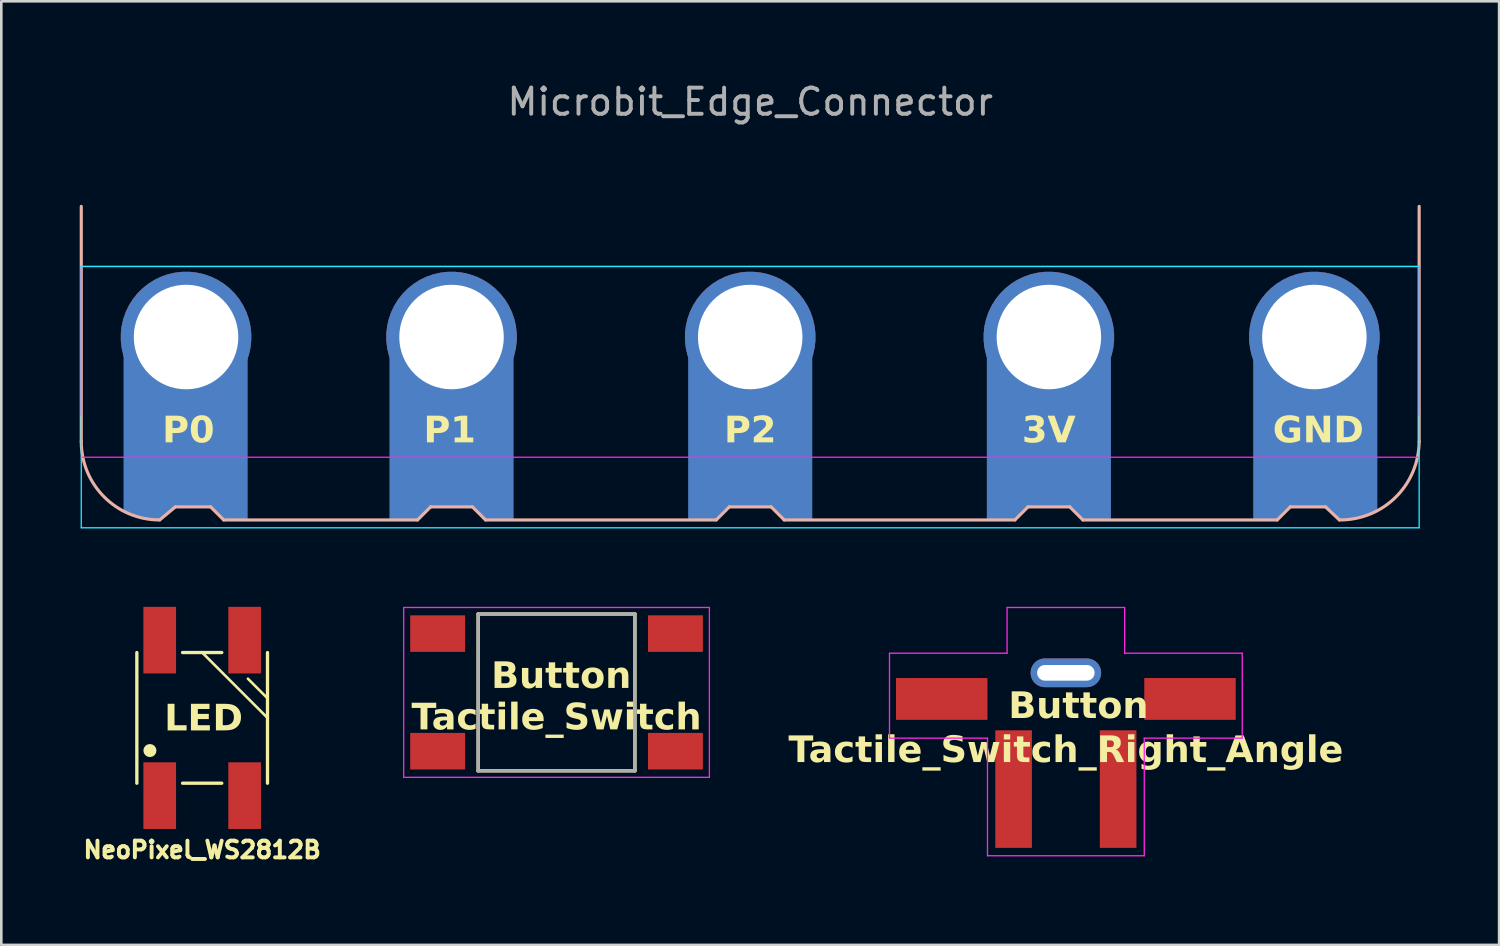
<source format=kicad_pcb>
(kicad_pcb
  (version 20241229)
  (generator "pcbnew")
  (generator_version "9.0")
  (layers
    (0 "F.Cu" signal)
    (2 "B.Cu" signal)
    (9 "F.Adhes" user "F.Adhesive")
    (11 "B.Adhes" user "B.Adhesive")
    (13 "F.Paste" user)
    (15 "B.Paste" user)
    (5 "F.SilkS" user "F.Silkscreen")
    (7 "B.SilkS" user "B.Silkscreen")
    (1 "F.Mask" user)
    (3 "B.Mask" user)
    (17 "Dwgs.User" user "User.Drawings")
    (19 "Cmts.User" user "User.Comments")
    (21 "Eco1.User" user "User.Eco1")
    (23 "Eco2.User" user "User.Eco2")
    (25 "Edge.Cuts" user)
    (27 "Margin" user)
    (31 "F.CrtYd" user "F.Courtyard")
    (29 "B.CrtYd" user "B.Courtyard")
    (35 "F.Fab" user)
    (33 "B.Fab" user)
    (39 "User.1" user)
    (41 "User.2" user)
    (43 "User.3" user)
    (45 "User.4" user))
  (footprint "Tactile_Switch"
    (layer "F.Cu")
    (at 18.248 23.448)
    (property "Reference" "Tactile_Switch" (at 0 1 0) (layer "F.SilkS") (effects (font (face "Arial Black") (size 1 1) (thickness 0.15))))
    (attr smd)
    (fp_line (start -3 -3) (end -3 3) (stroke (width 0.127) (type solid)) (layer "F.SilkS"))
    (fp_line (start -3 3) (end 3 3) (stroke (width 0.127) (type solid)) (layer "F.SilkS"))
    (fp_line (start 3 -3) (end -3 -3) (stroke (width 0.127) (type solid)) (layer "F.SilkS"))
    (fp_line (start 3 3) (end 3 -3) (stroke (width 0.127) (type solid)) (layer "F.SilkS"))
    (fp_line (start -5.85 -3.25) (end -5.85 3.25) (stroke (width 0.05) (type solid)) (layer "F.CrtYd"))
    (fp_line (start -5.85 3.25) (end 5.85 3.25) (stroke (width 0.05) (type solid)) (layer "F.CrtYd"))
    (fp_line (start 5.85 -3.25) (end -5.85 -3.25) (stroke (width 0.05) (type solid)) (layer "F.CrtYd"))
    (fp_line (start 5.85 3.25) (end 5.85 -3.25) (stroke (width 0.05) (type solid)) (layer "F.CrtYd"))
    (fp_line (start -3 -3) (end -3 3) (stroke (width 0.127) (type solid)) (layer "F.Fab"))
    (fp_line (start -3 3) (end 3 3) (stroke (width 0.127) (type solid)) (layer "F.Fab"))
    (fp_line (start 3 -3) (end -3 -3) (stroke (width 0.127) (type solid)) (layer "F.Fab"))
    (fp_line (start 3 3) (end 3 -3) (stroke (width 0.127) (type solid)) (layer "F.Fab"))
    (fp_text user "Button" (at -2.5 0 0) (unlocked yes) (layer "F.SilkS") (effects (font (face "Arial Black") (size 1 1) (thickness 0.1)) (justify left bottom)))
    (pad "1" smd rect (at -4.55 -2.25) (size 2.1 1.4) (layers "F.Cu" "F.Mask"))
    (pad "2" smd rect (at -4.55 2.25) (size 2.1 1.4) (layers "F.Cu" "F.Mask"))
    (pad "3" smd rect (at 4.55 -2.25) (size 2.1 1.4) (layers "F.Cu" "F.Mask"))
    (pad "4" smd rect (at 4.55 2.25) (size 2.1 1.4) (layers "F.Cu" "F.Mask")))
  (footprint "Microbit_Edge_Connector"
    (layer "F.Cu")
    (at 25.66 9.848)
    (property "Reference" "Microbit_Edge_Connector" (at 0 -9 0) (unlocked yes) (layer "F.Fab") (effects (font (size 1 1) (thickness 0.15))))
    (fp_poly (pts (xy -13.805 0) (xy -13.805 7) (xy -12.73 7) (xy -12.23 6.5) (xy -10.63 6.5) (xy -10.13 7) (xy -9.055 7) (xy -9.055 0)) (stroke (width 0) (type solid)) (fill yes) (layer "B.Cu"))
    (fp_poly (pts (xy -2.375 0) (xy -2.375 7) (xy -1.3 7) (xy -0.8 6.5) (xy 0.8 6.5) (xy 1.3 7) (xy 2.375 7) (xy 2.375 0)) (stroke (width 0) (type solid)) (fill yes) (layer "B.Cu"))
    (fp_poly (pts (xy 9.055 0) (xy 9.055 7) (xy 10.13 7) (xy 10.63 6.5) (xy 12.23 6.5) (xy 12.73 7) (xy 13.805 7) (xy 13.805 0)) (stroke (width 0) (type solid)) (fill yes) (layer "B.Cu"))
    (fp_poly (pts (xy -20.15 7) (xy -19.232 7) (xy -19.232 0) (xy -23.982 0) (arc (start -23.981976 6.636264) (mid -23.28021 6.909853) (end -22.528678 6.999998)) (xy -22 6.5) (xy -20.65 6.5)) (stroke (width 0) (type solid)) (fill yes) (layer "B.Cu"))
    (fp_poly (pts (xy 20.168 7) (xy 19.25 7) (xy 19.25 0) (xy 24 0) (arc (start 24 6.636264) (mid 23.298234 6.909853) (end 22.546702 6.999998)) (xy 22.018 6.5) (xy 20.668 6.5)) (stroke (width 0) (type solid)) (fill yes) (layer "B.Cu"))
    (fp_poly (pts (xy -22 6.5) (xy -20.65 6.5) (xy -20.15 7) (xy -12.73 7) (xy -12.23 6.5) (xy -10.63 6.5) (xy -10.13 7) (xy -1.3 7) (xy -0.8 6.5) (xy 0.8 6.5) (xy 1.3 7) (xy 10.13 7) (xy 10.63 6.5) (xy 12.23 6.5) (xy 12.73 7) (xy 20.168 7) (xy 20.668 6.5) (xy 22.018 6.5) (xy 22.547 7) (xy 22.719 6.999) (xy 23.061 6.964) (xy 23.397 6.89) (xy 23.723 6.778) (xy 24.033 6.63) (xy 24.325 6.447) (xy 24.594 6.233) (xy 24.837 5.99) (xy 25.051 5.72) (xy 25.233 5.428) (xy 25.38 5.117) (xy 25.492 4.791) (xy 25.565 4.455) (xy 25.6 4.113) (xy 25.6 3.94) (xy 25.6 -5) (xy -25.55 -5) (xy -25.6 4) (xy -25.598 4.168) (xy -25.56 4.503) (xy -25.485 4.831) (xy -25.374 5.149) (xy -25.228 5.452) (xy -25.049 5.737) (xy -24.839 6.001) (xy -24.601 6.239) (xy -24.337 6.449) (xy -24.052 6.628) (xy -23.749 6.774) (xy -23.431 6.885) (xy -23.103 6.96) (xy -22.768 6.998) (xy -22.6 7) (xy -22 6.5)) (stroke (width 0) (type solid)) (fill yes) (layer "B.Mask"))
    (fp_line (start -25.6 4) (end -25.6 -5) (stroke (width 0.12) (type solid)) (layer "B.SilkS"))
    (fp_line (start -22.6 7) (end -22 6.5) (stroke (width 0.12) (type default)) (layer "B.SilkS"))
    (fp_line (start -20.65 6.5) (end -22 6.5) (stroke (width 0.12) (type default)) (layer "B.SilkS"))
    (fp_line (start -20.15 7) (end -20.65 6.5) (stroke (width 0.12) (type default)) (layer "B.SilkS"))
    (fp_line (start -12.73 7) (end -20.15 7) (stroke (width 0.12) (type default)) (layer "B.SilkS"))
    (fp_line (start -12.23 6.5) (end -12.73 7) (stroke (width 0.12) (type default)) (layer "B.SilkS"))
    (fp_line (start -10.63 6.5) (end -12.23 6.5) (stroke (width 0.12) (type default)) (layer "B.SilkS"))
    (fp_line (start -10.13 7) (end -10.63 6.5) (stroke (width 0.12) (type default)) (layer "B.SilkS"))
    (fp_line (start -1.3 7) (end -10.13 7) (stroke (width 0.12) (type default)) (layer "B.SilkS"))
    (fp_line (start -0.8 6.5) (end -1.3 7) (stroke (width 0.12) (type default)) (layer "B.SilkS"))
    (fp_line (start 0.8 6.5) (end -0.8 6.5) (stroke (width 0.12) (type default)) (layer "B.SilkS"))
    (fp_line (start 1.3 7) (end 0.8 6.5) (stroke (width 0.12) (type default)) (layer "B.SilkS"))
    (fp_line (start 10.13 7) (end 1.3 7) (stroke (width 0.12) (type default)) (layer "B.SilkS"))
    (fp_line (start 10.63 6.5) (end 10.13 7) (stroke (width 0.12) (type default)) (layer "B.SilkS"))
    (fp_line (start 12.23 6.5) (end 10.63 6.5) (stroke (width 0.12) (type default)) (layer "B.SilkS"))
    (fp_line (start 12.73 7) (end 12.23 6.5) (stroke (width 0.12) (type default)) (layer "B.SilkS"))
    (fp_line (start 20.168 7) (end 12.73 7) (stroke (width 0.12) (type default)) (layer "B.SilkS"))
    (fp_line (start 20.668 6.5) (end 20.168 7) (stroke (width 0.12) (type default)) (layer "B.SilkS"))
    (fp_line (start 22.018 6.5) (end 20.668 6.5) (stroke (width 0.12) (type default)) (layer "B.SilkS"))
    (fp_line (start 22.547 7) (end 22.018 6.5) (stroke (width 0.12) (type default)) (layer "B.SilkS"))
    (fp_line (start 25.6 4) (end 25.6 -5) (stroke (width 0.12) (type solid)) (layer "B.SilkS"))
    (fp_arc (start -22.6 7) (mid -24.72132 6.12132) (end -25.6 4) (stroke (width 0.12) (type solid)) (layer "B.SilkS"))
    (fp_arc (start 25.600166 4.000001) (mid 24.696296 6.133963) (end 22.546702 6.999998) (stroke (width 0.12) (type solid)) (layer "B.SilkS"))
    (fp_line (start -25.6 -2.7) (end -25.6 7.3) (stroke (width 0.05) (type default)) (layer "B.CrtYd"))
    (fp_line (start 25.6 -2.7) (end -25.6 -2.7) (stroke (width 0.05) (type default)) (layer "B.CrtYd"))
    (fp_line (start 25.6 -2.7) (end 25.6 7.3) (stroke (width 0.05) (type default)) (layer "B.CrtYd"))
    (fp_line (start 25.6 7.3) (end -25.6 7.3) (stroke (width 0.05) (type default)) (layer "B.CrtYd"))
    (fp_line (start -25.6 -2.7) (end -25.6 3) (stroke (width 0.05) (type default)) (layer "F.CrtYd"))
    (fp_line (start 25.6 -2.7) (end -25.6 -2.7) (stroke (width 0.05) (type default)) (layer "F.CrtYd"))
    (fp_line (start 25.6 -2.7) (end 25.6 3) (stroke (width 0.05) (type default)) (layer "F.CrtYd"))
    (fp_line (start 25.6 4.6) (end -25.6 4.6) (stroke (width 0.05) (type default)) (layer "F.CrtYd"))
    (fp_text user "P0" (at -22.5 4.2 0) (unlocked yes) (layer "F.SilkS") (effects (font (face "Arial Black") (size 1 1) (thickness 0.1)) (justify left bottom)))
    (fp_text user "P1" (at -12.5 4.2 0) (unlocked yes) (layer "F.SilkS") (effects (font (face "Arial Black") (size 1 1) (thickness 0.1)) (justify left bottom)))
    (fp_text user "P2" (at -1 4.2 0) (unlocked yes) (layer "F.SilkS") (effects (font (face "Arial Black") (size 1 1) (thickness 0.1)) (justify left bottom)))
    (fp_text user "GND" (at 20 4.2 0) (unlocked yes) (layer "F.SilkS") (effects (font (face "Arial Black") (size 1 1) (thickness 0.1)) (justify left bottom)))
    (fp_text user "3V" (at 10.4 4.2 0) (unlocked yes) (layer "F.SilkS") (effects (font (face "Arial Black") (size 1 1) (thickness 0.1)) (justify left bottom)))
    (pad "1" thru_hole custom (at -21.59 0) (size 5 5) (drill 4) (layers "*.Cu" "*.Mask") (remove_unused_layers yes) (keep_end_layers yes) (zone_layer_connections) (options (anchor circle)) (primitives))
    (pad "2" thru_hole custom (at -11.43 0) (size 5 5) (drill 4) (layers "*.Cu" "*.Mask") (options (anchor circle)) (primitives))
    (pad "3" thru_hole custom (at 0 0) (size 5 5) (drill 4) (layers "*.Cu" "*.Mask") (options (anchor circle)) (primitives))
    (pad "4" thru_hole custom (at 11.43 0) (size 5 5) (drill 4) (layers "*.Cu" "*.Mask") (options (anchor circle)) (primitives))
    (pad "5" thru_hole custom (at 21.59 0) (size 5 5) (drill 4) (layers "*.Cu" "*.Mask") (options (anchor circle)) (primitives)))
  (footprint "Tactile_Switch_Right_Angle"
    (layer "F.Cu")
    (at 37.74 25.698)
    (property "Reference" "Tactile_Switch_Right_Angle" (at 0 0 0) (unlocked yes) (layer "F.SilkS") (effects (font (face "Segoe UI This") (size 1 1) (thickness 0.2) (bold yes))))
    (attr smd)
    (fp_line (start -6.75 -3.75) (end -2.25 -3.75) (stroke (width 0.05) (type default)) (layer "F.CrtYd"))
    (fp_line (start -6.75 -0.5) (end -6.75 -3.75) (stroke (width 0.05) (type default)) (layer "F.CrtYd"))
    (fp_line (start -3 -0.5) (end -6.75 -0.5) (stroke (width 0.05) (type default)) (layer "F.CrtYd"))
    (fp_line (start -3 4) (end -3 -0.5) (stroke (width 0.05) (type default)) (layer "F.CrtYd"))
    (fp_line (start -2.25 -5.5) (end 2.25 -5.5) (stroke (width 0.05) (type default)) (layer "F.CrtYd"))
    (fp_line (start -2.25 -3.75) (end -2.25 -5.5) (stroke (width 0.05) (type default)) (layer "F.CrtYd"))
    (fp_line (start 2.25 -5.5) (end 2.25 -3.75) (stroke (width 0.05) (type default)) (layer "F.CrtYd"))
    (fp_line (start 2.25 -3.75) (end 6.75 -3.75) (stroke (width 0.05) (type default)) (layer "F.CrtYd"))
    (fp_line (start 3 -0.5) (end 3 4) (stroke (width 0.05) (type default)) (layer "F.CrtYd"))
    (fp_line (start 3 4) (end -3 4) (stroke (width 0.05) (type default)) (layer "F.CrtYd"))
    (fp_line (start 6.75 -3.75) (end 6.75 -0.5) (stroke (width 0.05) (type default)) (layer "F.CrtYd"))
    (fp_line (start 6.75 -0.5) (end 3 -0.5) (stroke (width 0.05) (type default)) (layer "F.CrtYd"))
    (fp_text user "Button" (at -2.2 -1.1 0) (unlocked yes) (layer "F.SilkS") (effects (font (face "Segoe UI This") (size 1 1) (thickness 0.2) (bold yes)) (justify left bottom)))
    (pad "" smd rect (at -4.75 -2 180) (size 3.5 1.6) (layers "F.Cu" "F.Mask" "F.Paste"))
    (pad "" thru_hole oval (at 0 -3) (size 2.7 1.1) (drill oval 2.2 0.6) (layers "*.Cu" "*.Mask"))
    (pad "" smd rect (at 4.75 -2 180) (size 3.5 1.6) (layers "F.Cu" "F.Mask" "F.Paste"))
    (pad "1" smd rect (at -2 1.45 90) (size 4.5 1.4) (layers "F.Cu" "F.Mask" "F.Paste"))
    (pad "2" smd rect (at 2 1.45 90) (size 4.5 1.4) (layers "F.Cu" "F.Mask" "F.Paste")))
  (footprint "NeoPixel_WS2812B"
    (layer "F.Cu")
    (at 4.687 24.423)
    (property "Reference" "NeoPixel_WS2812B" (at 0 5.05 0) (layer "F.SilkS") (effects (font (size 0.64 0.64) (thickness 0.15))))
    (attr smd)
    (fp_line (start -2.5 2.5) (end -2.5 -2.5) (stroke (width 0.127) (type solid)) (layer "F.SilkS"))
    (fp_line (start -0.75 -2.5) (end 0.75 -2.5) (stroke (width 0.127) (type solid)) (layer "F.SilkS"))
    (fp_line (start 0.75 2.5) (end -0.75 2.5) (stroke (width 0.127) (type solid)) (layer "F.SilkS"))
    (fp_line (start 2.5 -2.5) (end 2.5 2.5) (stroke (width 0.127) (type solid)) (layer "F.SilkS"))
    (fp_line (start 2.5 -0.75) (end 1.75 -1.5) (stroke (width 0.1) (type default)) (layer "F.SilkS"))
    (fp_line (start 2.5 0) (end 0 -2.5) (stroke (width 0.1) (type default)) (layer "F.SilkS"))
    (fp_poly (pts (xy -1.75 1.25) (xy -1.769 1.154) (xy -1.823 1.073) (xy -1.904 1.019) (xy -2 1) (xy -2.096 1.019) (xy -2.177 1.073) (xy -2.231 1.154) (xy -2.25 1.25) (xy -2.231 1.346) (xy -2.177 1.427) (xy -2.096 1.481) (xy -2 1.5) (xy -1.904 1.481) (xy -1.823 1.427) (xy -1.769 1.346) (xy -1.75 1.25)) (stroke (width 0) (type solid)) (fill yes) (layer "F.SilkS"))
    (fp_text user "LED" (at -1.45 0.65 0) (unlocked yes) (layer "F.SilkS") (effects (font (face "Arial Black") (size 1 1) (thickness 0.1)) (justify left bottom)))
    (pad "1" smd rect (at -1.625 2.975 90) (size 2.55 1.25) (layers "F.Cu" "F.Mask"))
    (pad "2" smd rect (at 1.625 2.975 90) (size 2.55 1.25) (layers "F.Cu" "F.Mask"))
    (pad "3" smd rect (at 1.625 -2.975 90) (size 2.55 1.25) (layers "F.Cu" "F.Mask"))
    (pad "4" smd rect (at -1.625 -2.975 90) (size 2.55 1.25) (layers "F.Cu" "F.Mask")))
  (gr_rect
    (start -3 -3)
    (end 54.32 33.111)
    (stroke (width 0.1) (type default))
    (fill no)
    (layer "Edge.Cuts")))
</source>
